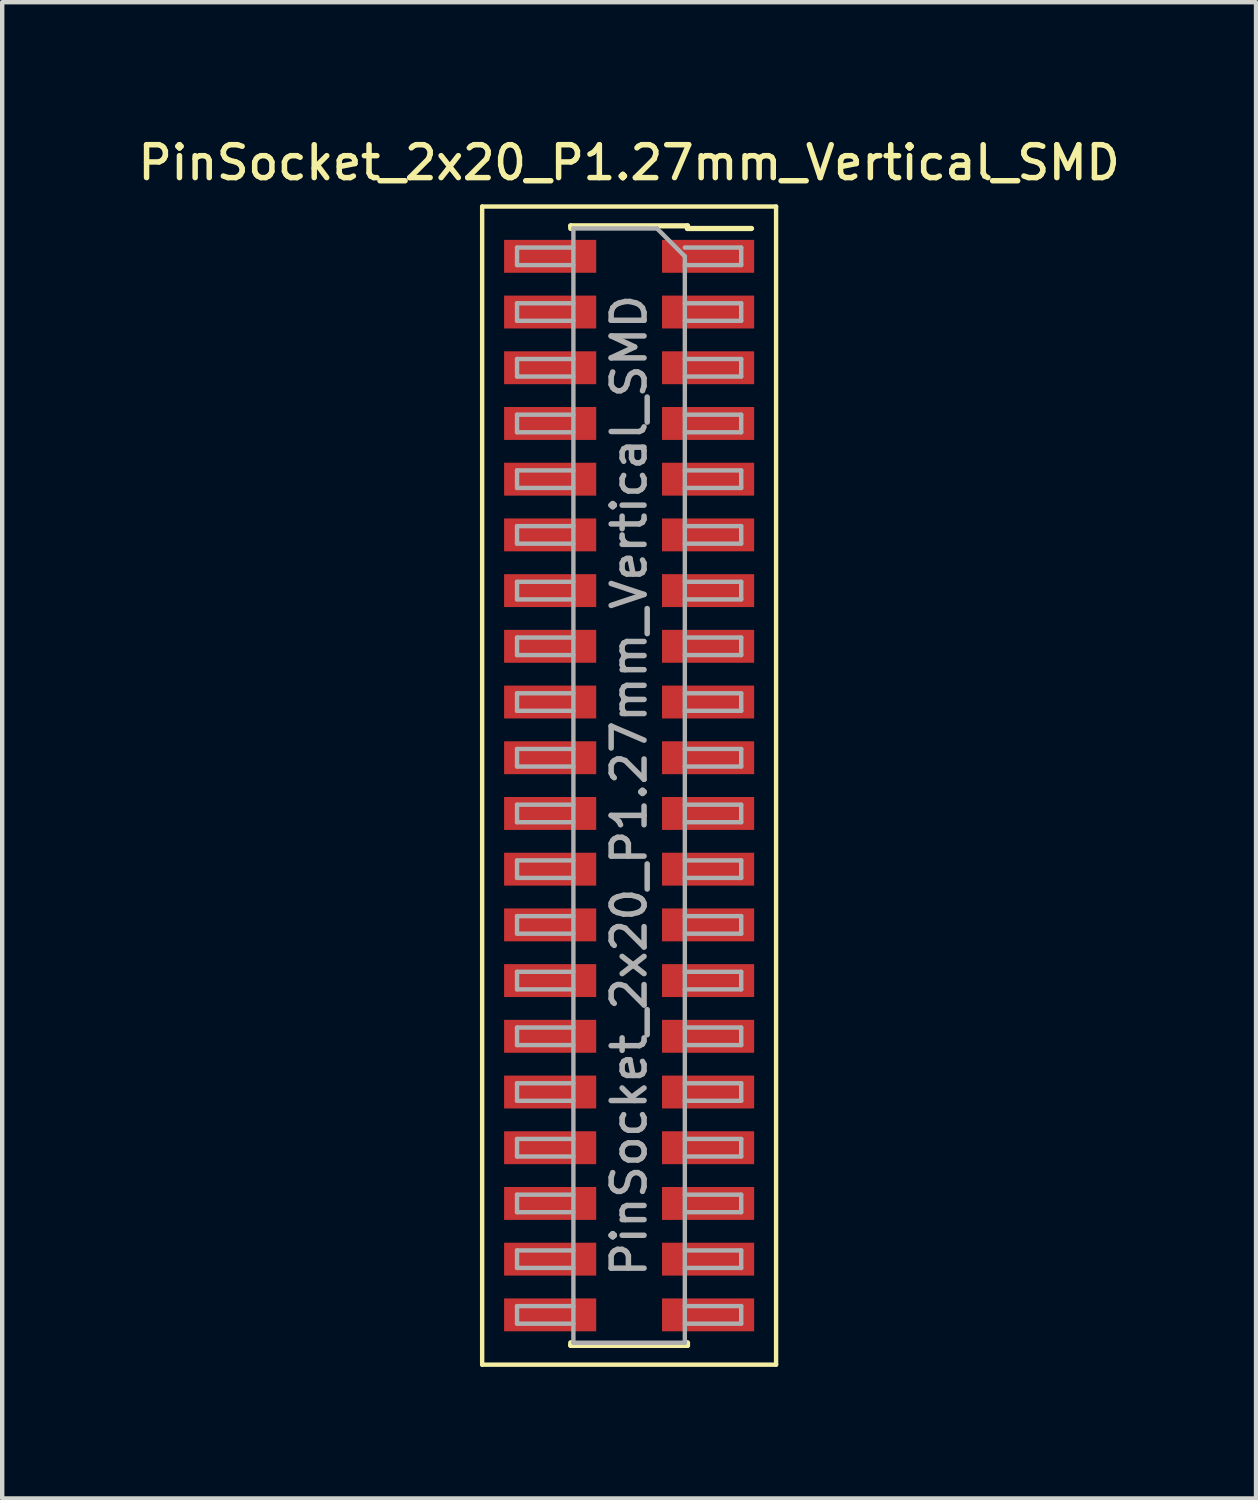
<source format=kicad_pcb>
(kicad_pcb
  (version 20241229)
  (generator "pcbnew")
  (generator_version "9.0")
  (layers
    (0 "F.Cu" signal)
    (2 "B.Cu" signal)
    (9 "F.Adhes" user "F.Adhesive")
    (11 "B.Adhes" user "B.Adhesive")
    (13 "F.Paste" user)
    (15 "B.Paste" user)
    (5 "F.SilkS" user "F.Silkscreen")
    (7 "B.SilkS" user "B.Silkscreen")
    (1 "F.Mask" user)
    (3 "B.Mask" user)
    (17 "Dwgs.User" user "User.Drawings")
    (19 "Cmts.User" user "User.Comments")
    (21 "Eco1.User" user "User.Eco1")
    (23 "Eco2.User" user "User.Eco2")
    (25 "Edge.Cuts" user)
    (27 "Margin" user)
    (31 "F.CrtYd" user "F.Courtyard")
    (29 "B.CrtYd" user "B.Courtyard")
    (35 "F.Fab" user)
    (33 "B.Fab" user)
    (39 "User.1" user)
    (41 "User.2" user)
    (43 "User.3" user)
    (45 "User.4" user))
  (footprint "PinSocket_2x20_P1.27mm_Vertical_SMD"
    (layer "F.Cu")
    (at 11.291 14.858)
    (property "Reference" "PinSocket_2x20_P1.27mm_Vertical_SMD" (at 0 -14.2 0) (layer "F.SilkS") (effects (font (size 0.75 0.75) (thickness 0.125))))
    (attr smd)
    (fp_line (start -3.35 -13.2) (end 3.35 -13.2) (stroke (width 0.1) (type solid)) (layer "F.SilkS"))
    (fp_line (start -3.35 13.2) (end -3.35 -13.2) (stroke (width 0.1) (type solid)) (layer "F.SilkS"))
    (fp_line (start -1.33 -12.76) (end -1.33 -12.7) (stroke (width 0.12) (type solid)) (layer "F.SilkS"))
    (fp_line (start -1.33 -12.76) (end 1.33 -12.76) (stroke (width 0.12) (type solid)) (layer "F.SilkS"))
    (fp_line (start -1.33 12.7) (end -1.33 12.76) (stroke (width 0.12) (type solid)) (layer "F.SilkS"))
    (fp_line (start -1.33 12.76) (end 1.33 12.76) (stroke (width 0.12) (type solid)) (layer "F.SilkS"))
    (fp_line (start 1.33 -12.76) (end 1.33 -12.7) (stroke (width 0.12) (type solid)) (layer "F.SilkS"))
    (fp_line (start 1.33 -12.7) (end 2.79 -12.7) (stroke (width 0.12) (type solid)) (layer "F.SilkS"))
    (fp_line (start 1.33 12.7) (end 1.33 12.76) (stroke (width 0.12) (type solid)) (layer "F.SilkS"))
    (fp_line (start 3.35 -13.2) (end 3.35 13.2) (stroke (width 0.1) (type solid)) (layer "F.SilkS"))
    (fp_line (start 3.35 13.2) (end -3.35 13.2) (stroke (width 0.1) (type solid)) (layer "F.SilkS"))
    (fp_line (start -2.555 -12.265) (end -1.27 -12.265) (stroke (width 0.1) (type solid)) (layer "F.Fab"))
    (fp_line (start -2.555 -11.865) (end -2.555 -12.265) (stroke (width 0.1) (type solid)) (layer "F.Fab"))
    (fp_line (start -2.555 -10.995) (end -1.27 -10.995) (stroke (width 0.1) (type solid)) (layer "F.Fab"))
    (fp_line (start -2.555 -10.595) (end -2.555 -10.995) (stroke (width 0.1) (type solid)) (layer "F.Fab"))
    (fp_line (start -2.555 -9.725) (end -1.27 -9.725) (stroke (width 0.1) (type solid)) (layer "F.Fab"))
    (fp_line (start -2.555 -9.325) (end -2.555 -9.725) (stroke (width 0.1) (type solid)) (layer "F.Fab"))
    (fp_line (start -2.555 -8.455) (end -1.27 -8.455) (stroke (width 0.1) (type solid)) (layer "F.Fab"))
    (fp_line (start -2.555 -8.055) (end -2.555 -8.455) (stroke (width 0.1) (type solid)) (layer "F.Fab"))
    (fp_line (start -2.555 -7.185) (end -1.27 -7.185) (stroke (width 0.1) (type solid)) (layer "F.Fab"))
    (fp_line (start -2.555 -6.785) (end -2.555 -7.185) (stroke (width 0.1) (type solid)) (layer "F.Fab"))
    (fp_line (start -2.555 -5.915) (end -1.27 -5.915) (stroke (width 0.1) (type solid)) (layer "F.Fab"))
    (fp_line (start -2.555 -5.515) (end -2.555 -5.915) (stroke (width 0.1) (type solid)) (layer "F.Fab"))
    (fp_line (start -2.555 -4.645) (end -1.27 -4.645) (stroke (width 0.1) (type solid)) (layer "F.Fab"))
    (fp_line (start -2.555 -4.245) (end -2.555 -4.645) (stroke (width 0.1) (type solid)) (layer "F.Fab"))
    (fp_line (start -2.555 -3.375) (end -1.27 -3.375) (stroke (width 0.1) (type solid)) (layer "F.Fab"))
    (fp_line (start -2.555 -2.975) (end -2.555 -3.375) (stroke (width 0.1) (type solid)) (layer "F.Fab"))
    (fp_line (start -2.555 -2.105) (end -1.27 -2.105) (stroke (width 0.1) (type solid)) (layer "F.Fab"))
    (fp_line (start -2.555 -1.705) (end -2.555 -2.105) (stroke (width 0.1) (type solid)) (layer "F.Fab"))
    (fp_line (start -2.555 -0.835) (end -1.27 -0.835) (stroke (width 0.1) (type solid)) (layer "F.Fab"))
    (fp_line (start -2.555 -0.435) (end -2.555 -0.835) (stroke (width 0.1) (type solid)) (layer "F.Fab"))
    (fp_line (start -2.555 0.435) (end -1.27 0.435) (stroke (width 0.1) (type solid)) (layer "F.Fab"))
    (fp_line (start -2.555 0.835) (end -2.555 0.435) (stroke (width 0.1) (type solid)) (layer "F.Fab"))
    (fp_line (start -2.555 1.705) (end -1.27 1.705) (stroke (width 0.1) (type solid)) (layer "F.Fab"))
    (fp_line (start -2.555 2.105) (end -2.555 1.705) (stroke (width 0.1) (type solid)) (layer "F.Fab"))
    (fp_line (start -2.555 2.975) (end -1.27 2.975) (stroke (width 0.1) (type solid)) (layer "F.Fab"))
    (fp_line (start -2.555 3.375) (end -2.555 2.975) (stroke (width 0.1) (type solid)) (layer "F.Fab"))
    (fp_line (start -2.555 4.245) (end -1.27 4.245) (stroke (width 0.1) (type solid)) (layer "F.Fab"))
    (fp_line (start -2.555 4.645) (end -2.555 4.245) (stroke (width 0.1) (type solid)) (layer "F.Fab"))
    (fp_line (start -2.555 5.515) (end -1.27 5.515) (stroke (width 0.1) (type solid)) (layer "F.Fab"))
    (fp_line (start -2.555 5.915) (end -2.555 5.515) (stroke (width 0.1) (type solid)) (layer "F.Fab"))
    (fp_line (start -2.555 6.785) (end -1.27 6.785) (stroke (width 0.1) (type solid)) (layer "F.Fab"))
    (fp_line (start -2.555 7.185) (end -2.555 6.785) (stroke (width 0.1) (type solid)) (layer "F.Fab"))
    (fp_line (start -2.555 8.055) (end -1.27 8.055) (stroke (width 0.1) (type solid)) (layer "F.Fab"))
    (fp_line (start -2.555 8.455) (end -2.555 8.055) (stroke (width 0.1) (type solid)) (layer "F.Fab"))
    (fp_line (start -2.555 9.325) (end -1.27 9.325) (stroke (width 0.1) (type solid)) (layer "F.Fab"))
    (fp_line (start -2.555 9.725) (end -2.555 9.325) (stroke (width 0.1) (type solid)) (layer "F.Fab"))
    (fp_line (start -2.555 10.595) (end -1.27 10.595) (stroke (width 0.1) (type solid)) (layer "F.Fab"))
    (fp_line (start -2.555 10.995) (end -2.555 10.595) (stroke (width 0.1) (type solid)) (layer "F.Fab"))
    (fp_line (start -2.555 11.865) (end -1.27 11.865) (stroke (width 0.1) (type solid)) (layer "F.Fab"))
    (fp_line (start -2.555 12.265) (end -2.555 11.865) (stroke (width 0.1) (type solid)) (layer "F.Fab"))
    (fp_line (start -1.27 -12.7) (end 0.635 -12.7) (stroke (width 0.1) (type solid)) (layer "F.Fab"))
    (fp_line (start -1.27 -11.865) (end -2.555 -11.865) (stroke (width 0.1) (type solid)) (layer "F.Fab"))
    (fp_line (start -1.27 -10.595) (end -2.555 -10.595) (stroke (width 0.1) (type solid)) (layer "F.Fab"))
    (fp_line (start -1.27 -9.325) (end -2.555 -9.325) (stroke (width 0.1) (type solid)) (layer "F.Fab"))
    (fp_line (start -1.27 -8.055) (end -2.555 -8.055) (stroke (width 0.1) (type solid)) (layer "F.Fab"))
    (fp_line (start -1.27 -6.785) (end -2.555 -6.785) (stroke (width 0.1) (type solid)) (layer "F.Fab"))
    (fp_line (start -1.27 -5.515) (end -2.555 -5.515) (stroke (width 0.1) (type solid)) (layer "F.Fab"))
    (fp_line (start -1.27 -4.245) (end -2.555 -4.245) (stroke (width 0.1) (type solid)) (layer "F.Fab"))
    (fp_line (start -1.27 -2.975) (end -2.555 -2.975) (stroke (width 0.1) (type solid)) (layer "F.Fab"))
    (fp_line (start -1.27 -1.705) (end -2.555 -1.705) (stroke (width 0.1) (type solid)) (layer "F.Fab"))
    (fp_line (start -1.27 -0.435) (end -2.555 -0.435) (stroke (width 0.1) (type solid)) (layer "F.Fab"))
    (fp_line (start -1.27 0.835) (end -2.555 0.835) (stroke (width 0.1) (type solid)) (layer "F.Fab"))
    (fp_line (start -1.27 2.105) (end -2.555 2.105) (stroke (width 0.1) (type solid)) (layer "F.Fab"))
    (fp_line (start -1.27 3.375) (end -2.555 3.375) (stroke (width 0.1) (type solid)) (layer "F.Fab"))
    (fp_line (start -1.27 4.645) (end -2.555 4.645) (stroke (width 0.1) (type solid)) (layer "F.Fab"))
    (fp_line (start -1.27 5.915) (end -2.555 5.915) (stroke (width 0.1) (type solid)) (layer "F.Fab"))
    (fp_line (start -1.27 7.185) (end -2.555 7.185) (stroke (width 0.1) (type solid)) (layer "F.Fab"))
    (fp_line (start -1.27 8.455) (end -2.555 8.455) (stroke (width 0.1) (type solid)) (layer "F.Fab"))
    (fp_line (start -1.27 9.725) (end -2.555 9.725) (stroke (width 0.1) (type solid)) (layer "F.Fab"))
    (fp_line (start -1.27 10.995) (end -2.555 10.995) (stroke (width 0.1) (type solid)) (layer "F.Fab"))
    (fp_line (start -1.27 12.265) (end -2.555 12.265) (stroke (width 0.1) (type solid)) (layer "F.Fab"))
    (fp_line (start -1.27 12.7) (end -1.27 -12.7) (stroke (width 0.1) (type solid)) (layer "F.Fab"))
    (fp_line (start 0.635 -12.7) (end 1.27 -12.065) (stroke (width 0.1) (type solid)) (layer "F.Fab"))
    (fp_line (start 1.27 -12.265) (end 2.555 -12.265) (stroke (width 0.1) (type solid)) (layer "F.Fab"))
    (fp_line (start 1.27 -12.065) (end 1.27 12.7) (stroke (width 0.1) (type solid)) (layer "F.Fab"))
    (fp_line (start 1.27 -10.995) (end 2.555 -10.995) (stroke (width 0.1) (type solid)) (layer "F.Fab"))
    (fp_line (start 1.27 -9.725) (end 2.555 -9.725) (stroke (width 0.1) (type solid)) (layer "F.Fab"))
    (fp_line (start 1.27 -8.455) (end 2.555 -8.455) (stroke (width 0.1) (type solid)) (layer "F.Fab"))
    (fp_line (start 1.27 -7.185) (end 2.555 -7.185) (stroke (width 0.1) (type solid)) (layer "F.Fab"))
    (fp_line (start 1.27 -5.915) (end 2.555 -5.915) (stroke (width 0.1) (type solid)) (layer "F.Fab"))
    (fp_line (start 1.27 -4.645) (end 2.555 -4.645) (stroke (width 0.1) (type solid)) (layer "F.Fab"))
    (fp_line (start 1.27 -3.375) (end 2.555 -3.375) (stroke (width 0.1) (type solid)) (layer "F.Fab"))
    (fp_line (start 1.27 -2.105) (end 2.555 -2.105) (stroke (width 0.1) (type solid)) (layer "F.Fab"))
    (fp_line (start 1.27 -0.835) (end 2.555 -0.835) (stroke (width 0.1) (type solid)) (layer "F.Fab"))
    (fp_line (start 1.27 0.435) (end 2.555 0.435) (stroke (width 0.1) (type solid)) (layer "F.Fab"))
    (fp_line (start 1.27 1.705) (end 2.555 1.705) (stroke (width 0.1) (type solid)) (layer "F.Fab"))
    (fp_line (start 1.27 2.975) (end 2.555 2.975) (stroke (width 0.1) (type solid)) (layer "F.Fab"))
    (fp_line (start 1.27 4.245) (end 2.555 4.245) (stroke (width 0.1) (type solid)) (layer "F.Fab"))
    (fp_line (start 1.27 5.515) (end 2.555 5.515) (stroke (width 0.1) (type solid)) (layer "F.Fab"))
    (fp_line (start 1.27 6.785) (end 2.555 6.785) (stroke (width 0.1) (type solid)) (layer "F.Fab"))
    (fp_line (start 1.27 8.055) (end 2.555 8.055) (stroke (width 0.1) (type solid)) (layer "F.Fab"))
    (fp_line (start 1.27 9.325) (end 2.555 9.325) (stroke (width 0.1) (type solid)) (layer "F.Fab"))
    (fp_line (start 1.27 10.595) (end 2.555 10.595) (stroke (width 0.1) (type solid)) (layer "F.Fab"))
    (fp_line (start 1.27 11.865) (end 2.555 11.865) (stroke (width 0.1) (type solid)) (layer "F.Fab"))
    (fp_line (start 1.27 12.7) (end -1.27 12.7) (stroke (width 0.1) (type solid)) (layer "F.Fab"))
    (fp_line (start 2.555 -12.265) (end 2.555 -11.865) (stroke (width 0.1) (type solid)) (layer "F.Fab"))
    (fp_line (start 2.555 -11.865) (end 1.27 -11.865) (stroke (width 0.1) (type solid)) (layer "F.Fab"))
    (fp_line (start 2.555 -10.995) (end 2.555 -10.595) (stroke (width 0.1) (type solid)) (layer "F.Fab"))
    (fp_line (start 2.555 -10.595) (end 1.27 -10.595) (stroke (width 0.1) (type solid)) (layer "F.Fab"))
    (fp_line (start 2.555 -9.725) (end 2.555 -9.325) (stroke (width 0.1) (type solid)) (layer "F.Fab"))
    (fp_line (start 2.555 -9.325) (end 1.27 -9.325) (stroke (width 0.1) (type solid)) (layer "F.Fab"))
    (fp_line (start 2.555 -8.455) (end 2.555 -8.055) (stroke (width 0.1) (type solid)) (layer "F.Fab"))
    (fp_line (start 2.555 -8.055) (end 1.27 -8.055) (stroke (width 0.1) (type solid)) (layer "F.Fab"))
    (fp_line (start 2.555 -7.185) (end 2.555 -6.785) (stroke (width 0.1) (type solid)) (layer "F.Fab"))
    (fp_line (start 2.555 -6.785) (end 1.27 -6.785) (stroke (width 0.1) (type solid)) (layer "F.Fab"))
    (fp_line (start 2.555 -5.915) (end 2.555 -5.515) (stroke (width 0.1) (type solid)) (layer "F.Fab"))
    (fp_line (start 2.555 -5.515) (end 1.27 -5.515) (stroke (width 0.1) (type solid)) (layer "F.Fab"))
    (fp_line (start 2.555 -4.645) (end 2.555 -4.245) (stroke (width 0.1) (type solid)) (layer "F.Fab"))
    (fp_line (start 2.555 -4.245) (end 1.27 -4.245) (stroke (width 0.1) (type solid)) (layer "F.Fab"))
    (fp_line (start 2.555 -3.375) (end 2.555 -2.975) (stroke (width 0.1) (type solid)) (layer "F.Fab"))
    (fp_line (start 2.555 -2.975) (end 1.27 -2.975) (stroke (width 0.1) (type solid)) (layer "F.Fab"))
    (fp_line (start 2.555 -2.105) (end 2.555 -1.705) (stroke (width 0.1) (type solid)) (layer "F.Fab"))
    (fp_line (start 2.555 -1.705) (end 1.27 -1.705) (stroke (width 0.1) (type solid)) (layer "F.Fab"))
    (fp_line (start 2.555 -0.835) (end 2.555 -0.435) (stroke (width 0.1) (type solid)) (layer "F.Fab"))
    (fp_line (start 2.555 -0.435) (end 1.27 -0.435) (stroke (width 0.1) (type solid)) (layer "F.Fab"))
    (fp_line (start 2.555 0.435) (end 2.555 0.835) (stroke (width 0.1) (type solid)) (layer "F.Fab"))
    (fp_line (start 2.555 0.835) (end 1.27 0.835) (stroke (width 0.1) (type solid)) (layer "F.Fab"))
    (fp_line (start 2.555 1.705) (end 2.555 2.105) (stroke (width 0.1) (type solid)) (layer "F.Fab"))
    (fp_line (start 2.555 2.105) (end 1.27 2.105) (stroke (width 0.1) (type solid)) (layer "F.Fab"))
    (fp_line (start 2.555 2.975) (end 2.555 3.375) (stroke (width 0.1) (type solid)) (layer "F.Fab"))
    (fp_line (start 2.555 3.375) (end 1.27 3.375) (stroke (width 0.1) (type solid)) (layer "F.Fab"))
    (fp_line (start 2.555 4.245) (end 2.555 4.645) (stroke (width 0.1) (type solid)) (layer "F.Fab"))
    (fp_line (start 2.555 4.645) (end 1.27 4.645) (stroke (width 0.1) (type solid)) (layer "F.Fab"))
    (fp_line (start 2.555 5.515) (end 2.555 5.915) (stroke (width 0.1) (type solid)) (layer "F.Fab"))
    (fp_line (start 2.555 5.915) (end 1.27 5.915) (stroke (width 0.1) (type solid)) (layer "F.Fab"))
    (fp_line (start 2.555 6.785) (end 2.555 7.185) (stroke (width 0.1) (type solid)) (layer "F.Fab"))
    (fp_line (start 2.555 7.185) (end 1.27 7.185) (stroke (width 0.1) (type solid)) (layer "F.Fab"))
    (fp_line (start 2.555 8.055) (end 2.555 8.455) (stroke (width 0.1) (type solid)) (layer "F.Fab"))
    (fp_line (start 2.555 8.455) (end 1.27 8.455) (stroke (width 0.1) (type solid)) (layer "F.Fab"))
    (fp_line (start 2.555 9.325) (end 2.555 9.725) (stroke (width 0.1) (type solid)) (layer "F.Fab"))
    (fp_line (start 2.555 9.725) (end 1.27 9.725) (stroke (width 0.1) (type solid)) (layer "F.Fab"))
    (fp_line (start 2.555 10.595) (end 2.555 10.995) (stroke (width 0.1) (type solid)) (layer "F.Fab"))
    (fp_line (start 2.555 10.995) (end 1.27 10.995) (stroke (width 0.1) (type solid)) (layer "F.Fab"))
    (fp_line (start 2.555 11.865) (end 2.555 12.265) (stroke (width 0.1) (type solid)) (layer "F.Fab"))
    (fp_line (start 2.555 12.265) (end 1.27 12.265) (stroke (width 0.1) (type solid)) (layer "F.Fab"))
    (fp_text user "${REFERENCE}" (at 0 0 90) (layer "F.Fab") (effects (font (size 0.75 0.75) (thickness 0.125))))
    (pad "1" smd rect (at 1.8 -12.065) (size 2.1 0.75) (layers "F.Cu" "F.Mask" "F.Paste"))
    (pad "2" smd rect (at -1.8 -12.065) (size 2.1 0.75) (layers "F.Cu" "F.Mask" "F.Paste"))
    (pad "3" smd rect (at 1.8 -10.795) (size 2.1 0.75) (layers "F.Cu" "F.Mask" "F.Paste"))
    (pad "4" smd rect (at -1.8 -10.795) (size 2.1 0.75) (layers "F.Cu" "F.Mask" "F.Paste"))
    (pad "5" smd rect (at 1.8 -9.525) (size 2.1 0.75) (layers "F.Cu" "F.Mask" "F.Paste"))
    (pad "6" smd rect (at -1.8 -9.525) (size 2.1 0.75) (layers "F.Cu" "F.Mask" "F.Paste"))
    (pad "7" smd rect (at 1.8 -8.255) (size 2.1 0.75) (layers "F.Cu" "F.Mask" "F.Paste"))
    (pad "8" smd rect (at -1.8 -8.255) (size 2.1 0.75) (layers "F.Cu" "F.Mask" "F.Paste"))
    (pad "9" smd rect (at 1.8 -6.985) (size 2.1 0.75) (layers "F.Cu" "F.Mask" "F.Paste"))
    (pad "10" smd rect (at -1.8 -6.985) (size 2.1 0.75) (layers "F.Cu" "F.Mask" "F.Paste"))
    (pad "11" smd rect (at 1.8 -5.715) (size 2.1 0.75) (layers "F.Cu" "F.Mask" "F.Paste"))
    (pad "12" smd rect (at -1.8 -5.715) (size 2.1 0.75) (layers "F.Cu" "F.Mask" "F.Paste"))
    (pad "13" smd rect (at 1.8 -4.445) (size 2.1 0.75) (layers "F.Cu" "F.Mask" "F.Paste"))
    (pad "14" smd rect (at -1.8 -4.445) (size 2.1 0.75) (layers "F.Cu" "F.Mask" "F.Paste"))
    (pad "15" smd rect (at 1.8 -3.175) (size 2.1 0.75) (layers "F.Cu" "F.Mask" "F.Paste"))
    (pad "16" smd rect (at -1.8 -3.175) (size 2.1 0.75) (layers "F.Cu" "F.Mask" "F.Paste"))
    (pad "17" smd rect (at 1.8 -1.905) (size 2.1 0.75) (layers "F.Cu" "F.Mask" "F.Paste"))
    (pad "18" smd rect (at -1.8 -1.905) (size 2.1 0.75) (layers "F.Cu" "F.Mask" "F.Paste"))
    (pad "19" smd rect (at 1.8 -0.635) (size 2.1 0.75) (layers "F.Cu" "F.Mask" "F.Paste"))
    (pad "20" smd rect (at -1.8 -0.635) (size 2.1 0.75) (layers "F.Cu" "F.Mask" "F.Paste"))
    (pad "21" smd rect (at 1.8 0.635) (size 2.1 0.75) (layers "F.Cu" "F.Mask" "F.Paste"))
    (pad "22" smd rect (at -1.8 0.635) (size 2.1 0.75) (layers "F.Cu" "F.Mask" "F.Paste"))
    (pad "23" smd rect (at 1.8 1.905) (size 2.1 0.75) (layers "F.Cu" "F.Mask" "F.Paste"))
    (pad "24" smd rect (at -1.8 1.905) (size 2.1 0.75) (layers "F.Cu" "F.Mask" "F.Paste"))
    (pad "25" smd rect (at 1.8 3.175) (size 2.1 0.75) (layers "F.Cu" "F.Mask" "F.Paste"))
    (pad "26" smd rect (at -1.8 3.175) (size 2.1 0.75) (layers "F.Cu" "F.Mask" "F.Paste"))
    (pad "27" smd rect (at 1.8 4.445) (size 2.1 0.75) (layers "F.Cu" "F.Mask" "F.Paste"))
    (pad "28" smd rect (at -1.8 4.445) (size 2.1 0.75) (layers "F.Cu" "F.Mask" "F.Paste"))
    (pad "29" smd rect (at 1.8 5.715) (size 2.1 0.75) (layers "F.Cu" "F.Mask" "F.Paste"))
    (pad "30" smd rect (at -1.8 5.715) (size 2.1 0.75) (layers "F.Cu" "F.Mask" "F.Paste"))
    (pad "31" smd rect (at 1.8 6.985) (size 2.1 0.75) (layers "F.Cu" "F.Mask" "F.Paste"))
    (pad "32" smd rect (at -1.8 6.985) (size 2.1 0.75) (layers "F.Cu" "F.Mask" "F.Paste"))
    (pad "33" smd rect (at 1.8 8.255) (size 2.1 0.75) (layers "F.Cu" "F.Mask" "F.Paste"))
    (pad "34" smd rect (at -1.8 8.255) (size 2.1 0.75) (layers "F.Cu" "F.Mask" "F.Paste"))
    (pad "35" smd rect (at 1.8 9.525) (size 2.1 0.75) (layers "F.Cu" "F.Mask" "F.Paste"))
    (pad "36" smd rect (at -1.8 9.525) (size 2.1 0.75) (layers "F.Cu" "F.Mask" "F.Paste"))
    (pad "37" smd rect (at 1.8 10.795) (size 2.1 0.75) (layers "F.Cu" "F.Mask" "F.Paste"))
    (pad "38" smd rect (at -1.8 10.795) (size 2.1 0.75) (layers "F.Cu" "F.Mask" "F.Paste"))
    (pad "39" smd rect (at 1.8 12.065) (size 2.1 0.75) (layers "F.Cu" "F.Mask" "F.Paste"))
    (pad "40" smd rect (at -1.8 12.065) (size 2.1 0.75) (layers "F.Cu" "F.Mask" "F.Paste")))
  (gr_rect
    (start -3 -3)
    (end 25.582 31.108)
    (stroke (width 0.1) (type default))
    (fill no)
    (layer "Edge.Cuts")))
</source>
